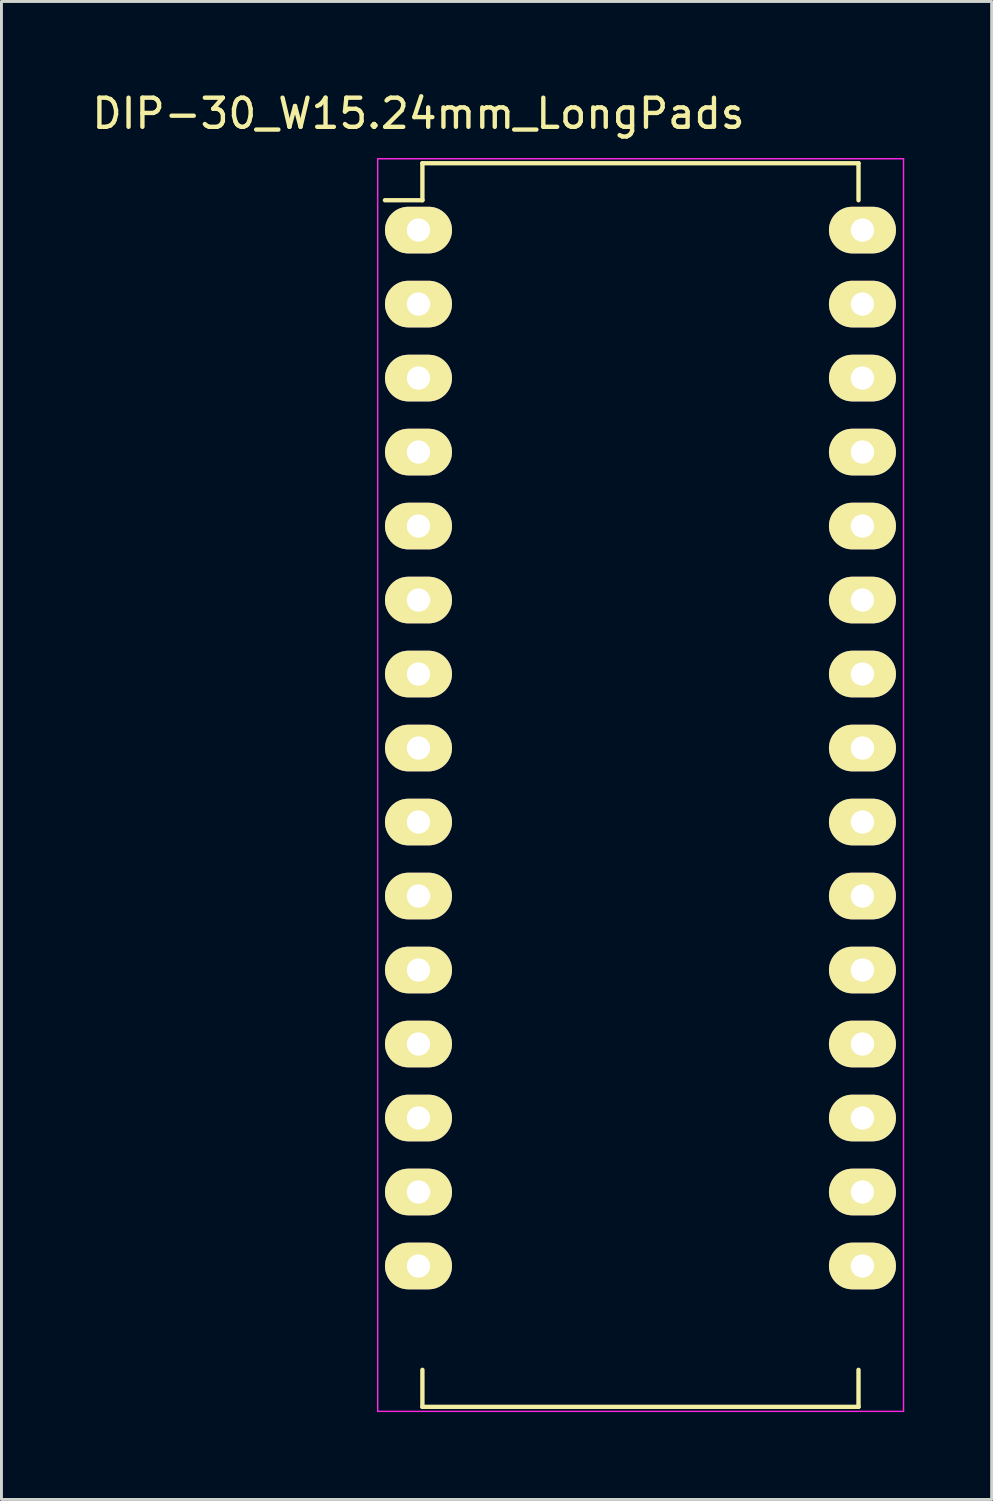
<source format=kicad_pcb>
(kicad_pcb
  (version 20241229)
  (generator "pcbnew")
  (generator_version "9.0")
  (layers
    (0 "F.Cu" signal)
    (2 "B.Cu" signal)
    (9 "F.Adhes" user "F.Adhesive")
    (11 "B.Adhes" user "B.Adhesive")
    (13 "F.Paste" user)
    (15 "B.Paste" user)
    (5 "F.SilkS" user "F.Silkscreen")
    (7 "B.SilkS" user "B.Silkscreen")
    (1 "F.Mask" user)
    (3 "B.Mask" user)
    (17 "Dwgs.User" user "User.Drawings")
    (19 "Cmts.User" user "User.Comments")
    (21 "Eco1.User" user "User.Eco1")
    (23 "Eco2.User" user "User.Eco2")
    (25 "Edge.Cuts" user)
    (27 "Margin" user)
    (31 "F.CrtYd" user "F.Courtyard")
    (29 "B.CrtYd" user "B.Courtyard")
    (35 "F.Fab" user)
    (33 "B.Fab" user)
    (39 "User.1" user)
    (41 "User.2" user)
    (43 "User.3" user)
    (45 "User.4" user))
  (footprint "DIP-30_W15.24mm_LongPads"
    (layer "F.Cu")
    (at 11.315 4.848)
    (property "Reference" "DIP-30_W15.24mm_LongPads" (at 0 -4 0) (layer "F.SilkS") (effects (font (size 1 1) (thickness 0.15))))
    (attr through_hole)
    (fp_line (start 0.135 -2.295) (end 0.135 -1.025) (stroke (width 0.15) (type solid)) (layer "F.SilkS"))
    (fp_line (start 0.135 -2.295) (end 15.105 -2.295) (stroke (width 0.15) (type solid)) (layer "F.SilkS"))
    (fp_line (start 0.135 -1.025) (end -1.15 -1.025) (stroke (width 0.15) (type solid)) (layer "F.SilkS"))
    (fp_line (start 0.135 40.395) (end 0.135 39.125) (stroke (width 0.15) (type solid)) (layer "F.SilkS"))
    (fp_line (start 0.135 40.395) (end 15.105 40.395) (stroke (width 0.15) (type solid)) (layer "F.SilkS"))
    (fp_line (start 15.105 -2.295) (end 15.105 -1.025) (stroke (width 0.15) (type solid)) (layer "F.SilkS"))
    (fp_line (start 15.105 40.395) (end 15.105 39.125) (stroke (width 0.15) (type solid)) (layer "F.SilkS"))
    (fp_line (start -1.4 -2.45) (end -1.4 40.55) (stroke (width 0.05) (type solid)) (layer "F.CrtYd"))
    (fp_line (start -1.4 -2.45) (end 16.65 -2.45) (stroke (width 0.05) (type solid)) (layer "F.CrtYd"))
    (fp_line (start -1.4 40.55) (end 16.65 40.55) (stroke (width 0.05) (type solid)) (layer "F.CrtYd"))
    (fp_line (start 16.65 -2.45) (end 16.65 40.55) (stroke (width 0.05) (type solid)) (layer "F.CrtYd"))
    (pad "1" thru_hole oval (at 0 0) (size 2.3 1.6) (drill 0.8) (layers "*.Cu" "*.Mask" "F.SilkS"))
    (pad "2" thru_hole oval (at 0 2.54) (size 2.3 1.6) (drill 0.8) (layers "*.Cu" "*.Mask" "F.SilkS"))
    (pad "3" thru_hole oval (at 0 5.08) (size 2.3 1.6) (drill 0.8) (layers "*.Cu" "*.Mask" "F.SilkS"))
    (pad "4" thru_hole oval (at 0 7.62) (size 2.3 1.6) (drill 0.8) (layers "*.Cu" "*.Mask" "F.SilkS"))
    (pad "5" thru_hole oval (at 0 10.16) (size 2.3 1.6) (drill 0.8) (layers "*.Cu" "*.Mask" "F.SilkS"))
    (pad "6" thru_hole oval (at 0 12.7) (size 2.3 1.6) (drill 0.8) (layers "*.Cu" "*.Mask" "F.SilkS"))
    (pad "7" thru_hole oval (at 0 15.24) (size 2.3 1.6) (drill 0.8) (layers "*.Cu" "*.Mask" "F.SilkS"))
    (pad "8" thru_hole oval (at 0 17.78) (size 2.3 1.6) (drill 0.8) (layers "*.Cu" "*.Mask" "F.SilkS"))
    (pad "9" thru_hole oval (at 0 20.32) (size 2.3 1.6) (drill 0.8) (layers "*.Cu" "*.Mask" "F.SilkS"))
    (pad "10" thru_hole oval (at 0 22.86) (size 2.3 1.6) (drill 0.8) (layers "*.Cu" "*.Mask" "F.SilkS"))
    (pad "11" thru_hole oval (at 0 25.4) (size 2.3 1.6) (drill 0.8) (layers "*.Cu" "*.Mask" "F.SilkS"))
    (pad "12" thru_hole oval (at 0 27.94) (size 2.3 1.6) (drill 0.8) (layers "*.Cu" "*.Mask" "F.SilkS"))
    (pad "13" thru_hole oval (at 0 30.48) (size 2.3 1.6) (drill 0.8) (layers "*.Cu" "*.Mask" "F.SilkS"))
    (pad "14" thru_hole oval (at 0 33.02) (size 2.3 1.6) (drill 0.8) (layers "*.Cu" "*.Mask" "F.SilkS"))
    (pad "15" thru_hole oval (at 0 35.56) (size 2.3 1.6) (drill 0.8) (layers "*.Cu" "*.Mask" "F.SilkS"))
    (pad "16" thru_hole oval (at 15.24 35.56) (size 2.3 1.6) (drill 0.8) (layers "*.Cu" "*.Mask" "F.SilkS"))
    (pad "17" thru_hole oval (at 15.24 33.02) (size 2.3 1.6) (drill 0.8) (layers "*.Cu" "*.Mask" "F.SilkS"))
    (pad "18" thru_hole oval (at 15.24 30.48) (size 2.3 1.6) (drill 0.8) (layers "*.Cu" "*.Mask" "F.SilkS"))
    (pad "19" thru_hole oval (at 15.24 27.94) (size 2.3 1.6) (drill 0.8) (layers "*.Cu" "*.Mask" "F.SilkS"))
    (pad "20" thru_hole oval (at 15.24 25.4) (size 2.3 1.6) (drill 0.8) (layers "*.Cu" "*.Mask" "F.SilkS"))
    (pad "21" thru_hole oval (at 15.24 22.86) (size 2.3 1.6) (drill 0.8) (layers "*.Cu" "*.Mask" "F.SilkS"))
    (pad "22" thru_hole oval (at 15.24 20.32) (size 2.3 1.6) (drill 0.8) (layers "*.Cu" "*.Mask" "F.SilkS"))
    (pad "23" thru_hole oval (at 15.24 17.78) (size 2.3 1.6) (drill 0.8) (layers "*.Cu" "*.Mask" "F.SilkS"))
    (pad "24" thru_hole oval (at 15.24 15.24) (size 2.3 1.6) (drill 0.8) (layers "*.Cu" "*.Mask" "F.SilkS"))
    (pad "25" thru_hole oval (at 15.24 12.7) (size 2.3 1.6) (drill 0.8) (layers "*.Cu" "*.Mask" "F.SilkS"))
    (pad "26" thru_hole oval (at 15.24 10.16) (size 2.3 1.6) (drill 0.8) (layers "*.Cu" "*.Mask" "F.SilkS"))
    (pad "27" thru_hole oval (at 15.24 7.62) (size 2.3 1.6) (drill 0.8) (layers "*.Cu" "*.Mask" "F.SilkS"))
    (pad "28" thru_hole oval (at 15.24 5.08) (size 2.3 1.6) (drill 0.8) (layers "*.Cu" "*.Mask" "F.SilkS"))
    (pad "29" thru_hole oval (at 15.24 2.54) (size 2.3 1.6) (drill 0.8) (layers "*.Cu" "*.Mask" "F.SilkS"))
    (pad "30" thru_hole oval (at 15.24 0) (size 2.3 1.6) (drill 0.8) (layers "*.Cu" "*.Mask" "F.SilkS")))
  (gr_rect
    (start -3 -3)
    (end 30.99 48.423)
    (stroke (width 0.1) (type default))
    (fill no)
    (layer "Edge.Cuts")))
</source>
